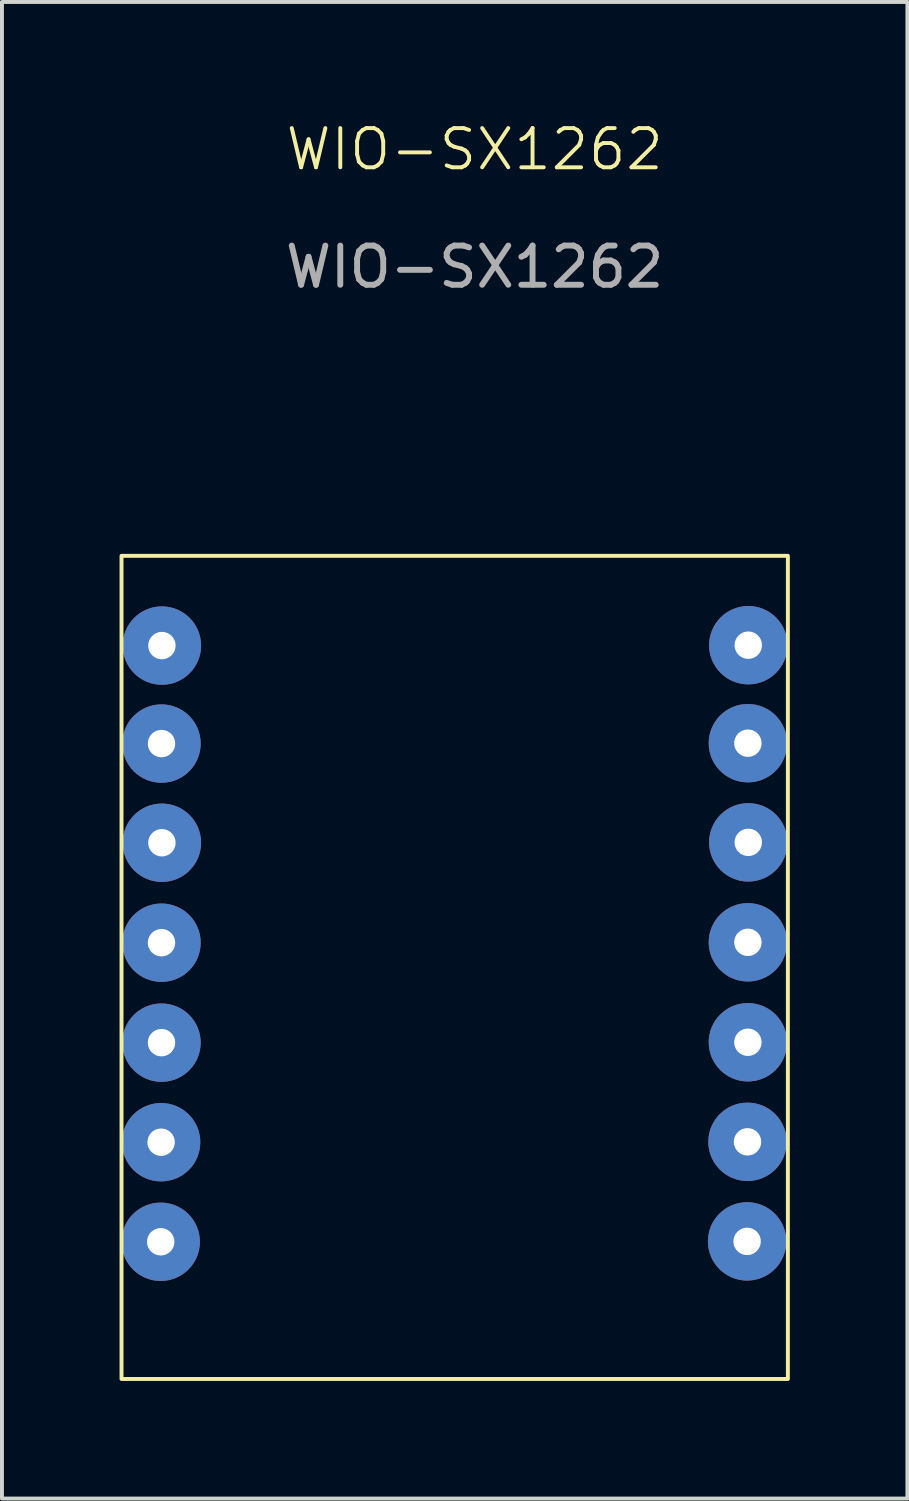
<source format=kicad_pcb>
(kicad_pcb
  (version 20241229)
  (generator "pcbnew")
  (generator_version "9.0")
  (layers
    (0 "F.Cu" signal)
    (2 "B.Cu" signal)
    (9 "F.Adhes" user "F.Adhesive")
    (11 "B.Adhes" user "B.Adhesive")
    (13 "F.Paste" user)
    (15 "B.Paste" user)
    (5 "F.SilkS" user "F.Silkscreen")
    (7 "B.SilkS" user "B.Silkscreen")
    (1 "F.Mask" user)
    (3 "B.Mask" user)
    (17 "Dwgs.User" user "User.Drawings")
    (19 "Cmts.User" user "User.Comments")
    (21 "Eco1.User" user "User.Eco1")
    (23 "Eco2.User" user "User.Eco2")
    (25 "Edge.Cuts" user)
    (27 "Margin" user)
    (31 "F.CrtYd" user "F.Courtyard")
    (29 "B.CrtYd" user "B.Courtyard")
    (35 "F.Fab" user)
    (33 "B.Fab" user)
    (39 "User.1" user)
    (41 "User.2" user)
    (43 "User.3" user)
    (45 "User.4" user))
  (footprint "WIO-SX1262"
    (layer "F.Cu")
    (at 9.06 1.26)
    (property "Reference" "WIO-SX1262" (at 0 -0.5 0) (unlocked yes) (layer "F.SilkS") (effects (font (size 1 1) (thickness 0.1))))
    (attr smd)
    (fp_rect (start -9.01 9.87) (end 7.99 30.87) (stroke (width 0.1) (type default)) (fill no) (layer "F.SilkS"))
    (fp_text user "${REFERENCE}" (at 0 2.5 0) (unlocked yes) (layer "F.Fab") (effects (font (size 1 1) (thickness 0.15))))
    (pad "1" thru_hole oval (at 6.98 12.15) (size 2 2) (drill 0.7) (layers "*.Cu" "*.Mask" "B.Adhes"))
    (pad "2" thru_hole oval (at 6.97 14.65) (size 2 2) (drill 0.7) (layers "*.Cu" "*.Mask"))
    (pad "3" thru_hole oval (at 6.98 17.18) (size 2 2) (drill 0.7) (layers "*.Cu" "*.Mask"))
    (pad "4" thru_hole oval (at 6.97 19.73) (size 2 2) (drill 0.7) (layers "*.Cu" "*.Mask"))
    (pad "5" thru_hole oval (at 6.97 22.28) (size 2 2) (drill 0.7) (layers "*.Cu" "*.Mask"))
    (pad "6" thru_hole oval (at 6.96 24.82) (size 2 2) (drill 0.7) (layers "*.Cu" "*.Mask"))
    (pad "7" thru_hole oval (at 6.95 27.36) (size 2 2) (drill 0.7) (layers "*.Cu" "*.Mask"))
    (pad "8" thru_hole oval (at -7.98 12.16) (size 2 2) (drill 0.7) (layers "*.Cu" "*.Mask"))
    (pad "9" thru_hole oval (at -7.99 14.66) (size 2 2) (drill 0.7) (layers "*.Cu" "*.Mask"))
    (pad "10" thru_hole oval (at -7.98 17.19) (size 2 2) (drill 0.7) (layers "*.Cu" "*.Mask"))
    (pad "11" thru_hole oval (at -7.99 19.74) (size 2 2) (drill 0.7) (layers "*.Cu" "*.Mask"))
    (pad "12" thru_hole oval (at -7.99 22.29) (size 2 2) (drill 0.7) (layers "*.Cu" "*.Mask"))
    (pad "13" thru_hole oval (at -8 24.83) (size 2 2) (drill 0.7) (layers "*.Cu" "*.Mask"))
    (pad "14" thru_hole oval (at -8.01 27.37) (size 2 2) (drill 0.7) (layers "*.Cu" "*.Mask")))
  (gr_rect
    (start -3 -3)
    (end 20.1 35.181)
    (stroke (width 0.1) (type default))
    (fill no)
    (layer "Edge.Cuts")))
</source>
